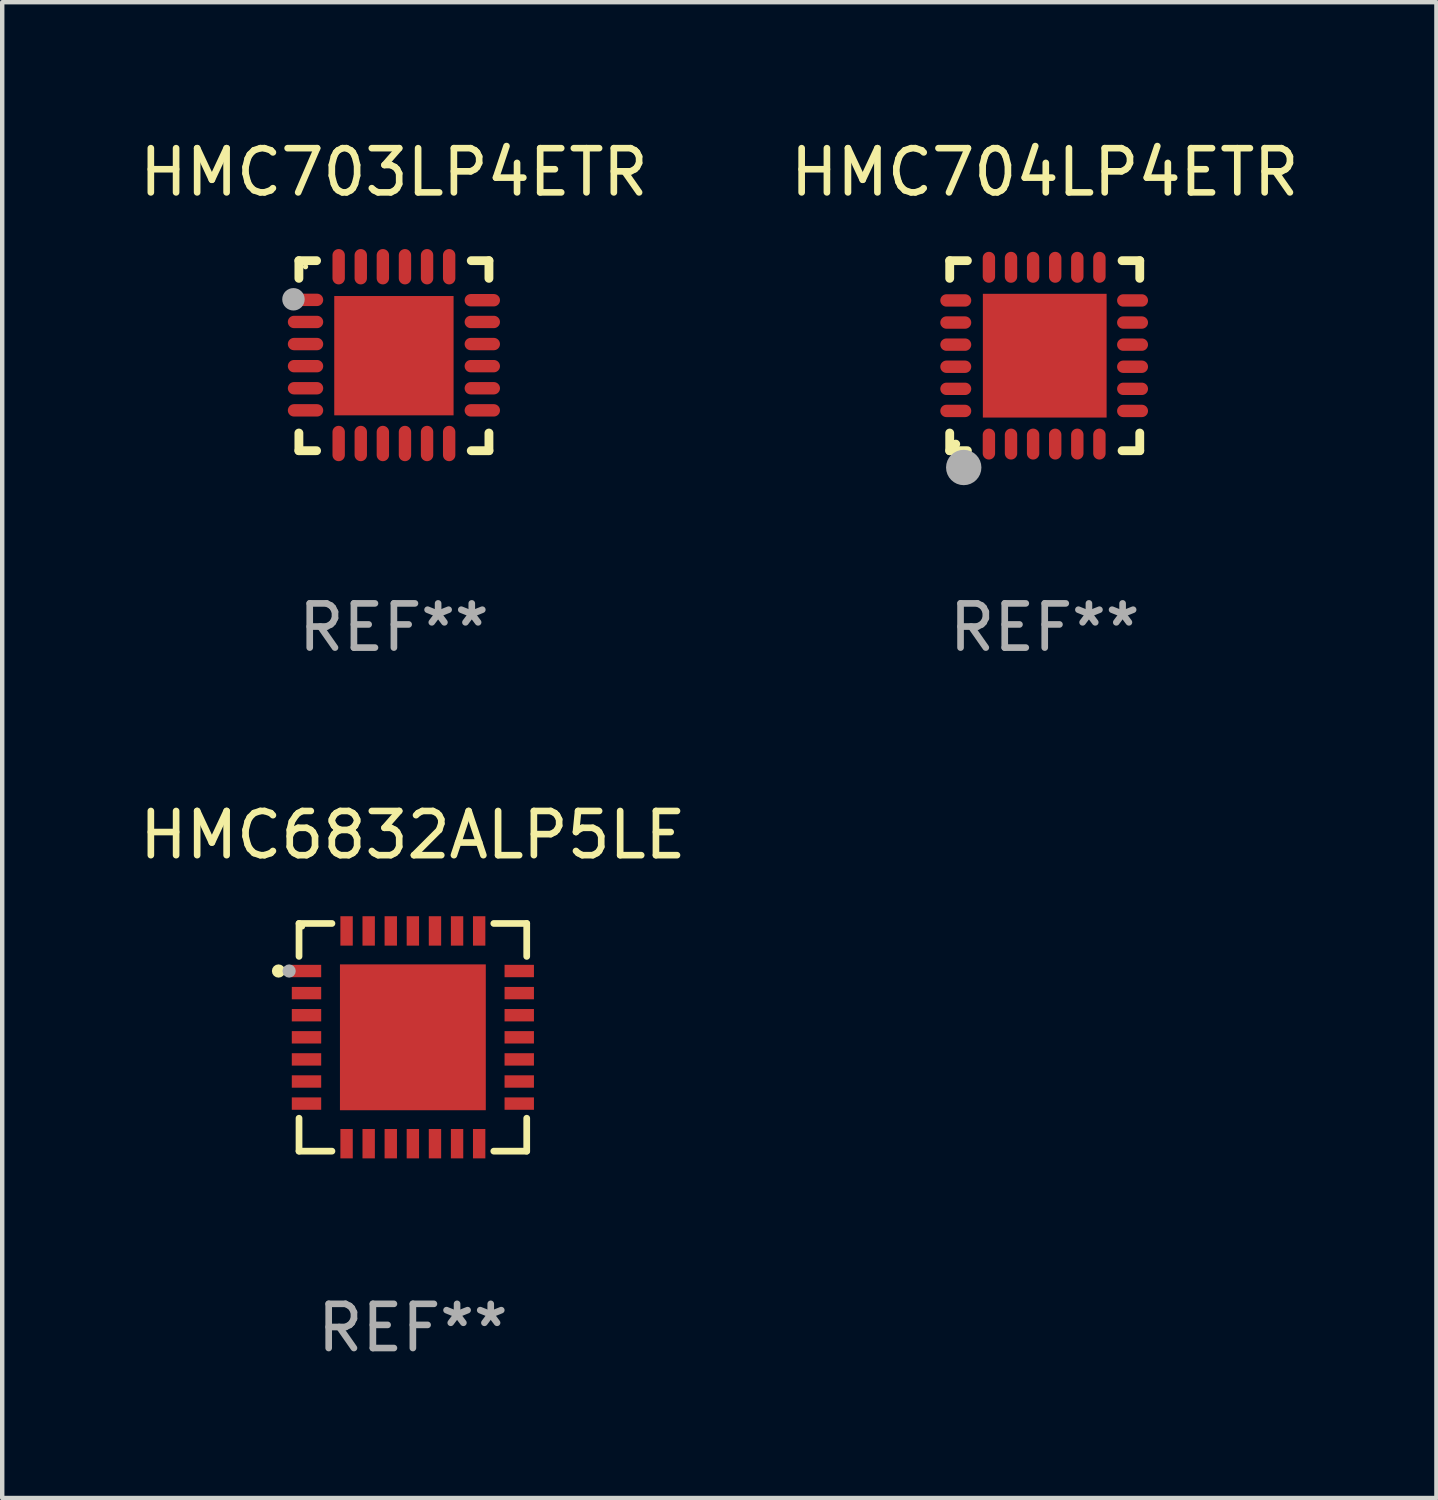
<source format=kicad_pcb>
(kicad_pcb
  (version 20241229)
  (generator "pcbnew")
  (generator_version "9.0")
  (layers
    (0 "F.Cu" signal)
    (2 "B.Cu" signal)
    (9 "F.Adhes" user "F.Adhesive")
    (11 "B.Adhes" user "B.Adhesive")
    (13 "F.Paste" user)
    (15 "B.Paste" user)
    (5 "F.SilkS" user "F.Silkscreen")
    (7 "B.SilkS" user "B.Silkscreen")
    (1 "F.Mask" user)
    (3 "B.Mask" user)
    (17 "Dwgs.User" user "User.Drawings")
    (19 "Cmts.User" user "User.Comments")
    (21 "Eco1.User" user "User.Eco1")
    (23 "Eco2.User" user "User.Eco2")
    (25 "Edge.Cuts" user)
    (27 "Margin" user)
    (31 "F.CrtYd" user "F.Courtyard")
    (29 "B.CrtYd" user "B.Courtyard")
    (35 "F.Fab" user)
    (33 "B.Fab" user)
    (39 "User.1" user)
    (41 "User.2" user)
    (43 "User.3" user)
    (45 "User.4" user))
  (footprint "HMC703LP4ETR"
    (layer "F.Cu")
    (at 5.863 4.998)
    (property "Reference" "HMC703LP4ETR" (at 0 -4.15 0) (layer "F.SilkS") (effects (font (size 1 1) (thickness 0.15))))
    (attr through_hole)
    (fp_line (start -2.15 -2.15) (end -1.75 -2.15) (stroke (width 0.2) (type solid)) (layer "F.SilkS"))
    (fp_line (start -2.15 -1.75) (end -2.15 -2.15) (stroke (width 0.2) (type solid)) (layer "F.SilkS"))
    (fp_line (start -2.15 2.15) (end -2.15 1.75) (stroke (width 0.2) (type solid)) (layer "F.SilkS"))
    (fp_line (start -1.75 2.15) (end -2.15 2.15) (stroke (width 0.2) (type solid)) (layer "F.SilkS"))
    (fp_line (start 1.75 -2.15) (end 2.15 -2.15) (stroke (width 0.2) (type solid)) (layer "F.SilkS"))
    (fp_line (start 1.75 2.15) (end 2.15 2.15) (stroke (width 0.2) (type solid)) (layer "F.SilkS"))
    (fp_line (start 2.15 -2.15) (end 2.15 -1.75) (stroke (width 0.2) (type solid)) (layer "F.SilkS"))
    (fp_line (start 2.15 2.15) (end 2.15 1.75) (stroke (width 0.2) (type solid)) (layer "F.SilkS"))
    (fp_circle (center -2 -2.013) (end -1.97 -2.013) (stroke (width 0.06) (type solid)) (fill no) (layer "F.SilkS"))
    (fp_circle (center -2.273 -1.276) (end -2.146 -1.276) (stroke (width 0.254) (type solid)) (fill no) (layer "F.Fab"))
    (fp_text user "REF**" (at 0 6.15 0) (layer "F.Fab") (effects (font (size 1 1) (thickness 0.15))))
    (pad "1" smd oval (at -2 -1.263 90) (size 0.28 0.8) (layers "F.Cu" "F.Mask" "F.Paste"))
    (pad "2" smd oval (at -2 -0.763 90) (size 0.28 0.8) (layers "F.Cu" "F.Mask" "F.Paste"))
    (pad "3" smd oval (at -2 -0.263 90) (size 0.28 0.8) (layers "F.Cu" "F.Mask" "F.Paste"))
    (pad "4" smd oval (at -2 0.237 90) (size 0.28 0.8) (layers "F.Cu" "F.Mask" "F.Paste"))
    (pad "5" smd oval (at -2 0.737 90) (size 0.28 0.8) (layers "F.Cu" "F.Mask" "F.Paste"))
    (pad "6" smd oval (at -2 1.237 90) (size 0.28 0.8) (layers "F.Cu" "F.Mask" "F.Paste"))
    (pad "7" smd oval (at -1.25 1.987) (size 0.28 0.8) (layers "F.Cu" "F.Mask" "F.Paste"))
    (pad "8" smd oval (at -0.75 1.987) (size 0.28 0.8) (layers "F.Cu" "F.Mask" "F.Paste"))
    (pad "9" smd oval (at -0.25 1.987) (size 0.28 0.8) (layers "F.Cu" "F.Mask" "F.Paste"))
    (pad "10" smd oval (at 0.25 1.987) (size 0.28 0.8) (layers "F.Cu" "F.Mask" "F.Paste"))
    (pad "11" smd oval (at 0.75 1.987) (size 0.28 0.8) (layers "F.Cu" "F.Mask" "F.Paste"))
    (pad "12" smd oval (at 1.25 1.987) (size 0.28 0.8) (layers "F.Cu" "F.Mask" "F.Paste"))
    (pad "13" smd oval (at 2 1.237 90) (size 0.28 0.8) (layers "F.Cu" "F.Mask" "F.Paste"))
    (pad "14" smd oval (at 2 0.737 90) (size 0.28 0.8) (layers "F.Cu" "F.Mask" "F.Paste"))
    (pad "15" smd oval (at 2 0.237 90) (size 0.28 0.8) (layers "F.Cu" "F.Mask" "F.Paste"))
    (pad "16" smd oval (at 2 -0.263 90) (size 0.28 0.8) (layers "F.Cu" "F.Mask" "F.Paste"))
    (pad "17" smd oval (at 2 -0.763 90) (size 0.28 0.8) (layers "F.Cu" "F.Mask" "F.Paste"))
    (pad "18" smd oval (at 2 -1.255 90) (size 0.28 0.8) (layers "F.Cu" "F.Mask" "F.Paste"))
    (pad "19" smd oval (at 1.25 -2.013) (size 0.28 0.8) (layers "F.Cu" "F.Mask" "F.Paste"))
    (pad "20" smd oval (at 0.75 -2.013) (size 0.28 0.8) (layers "F.Cu" "F.Mask" "F.Paste"))
    (pad "21" smd oval (at 0.25 -2.013) (size 0.28 0.8) (layers "F.Cu" "F.Mask" "F.Paste"))
    (pad "22" smd oval (at -0.25 -2.013) (size 0.28 0.8) (layers "F.Cu" "F.Mask" "F.Paste"))
    (pad "23" smd oval (at -0.75 -2.013) (size 0.28 0.8) (layers "F.Cu" "F.Mask" "F.Paste"))
    (pad "24" smd oval (at -1.25 -2.013) (size 0.28 0.8) (layers "F.Cu" "F.Mask" "F.Paste"))
    (pad "25" smd rect (at -0.000127 -0.00014) (size 2.7 2.7) (layers "F.Cu" "F.Mask" "F.Paste")))
  (footprint "HMC704LP4ETR"
    (layer "F.Cu")
    (at 20.589 4.998)
    (property "Reference" "HMC704LP4ETR" (at 0 -4.15 0) (layer "F.SilkS") (effects (font (size 1 1) (thickness 0.15))))
    (attr through_hole)
    (fp_line (start -2.15 -2.15) (end -1.75 -2.15) (stroke (width 0.2) (type solid)) (layer "F.SilkS"))
    (fp_line (start -2.15 -1.75) (end -2.15 -2.15) (stroke (width 0.2) (type solid)) (layer "F.SilkS"))
    (fp_line (start -2.15 2.15) (end -2.15 1.75) (stroke (width 0.2) (type solid)) (layer "F.SilkS"))
    (fp_line (start -1.75 2.15) (end -2.15 2.15) (stroke (width 0.2) (type solid)) (layer "F.SilkS"))
    (fp_line (start 2.15 -2.15) (end 1.75 -2.15) (stroke (width 0.2) (type solid)) (layer "F.SilkS"))
    (fp_line (start 2.15 -1.75) (end 2.15 -2.15) (stroke (width 0.2) (type solid)) (layer "F.SilkS"))
    (fp_line (start 2.15 1.75) (end 2.15 2.15) (stroke (width 0.2) (type solid)) (layer "F.SilkS"))
    (fp_line (start 2.15 2.15) (end 1.75 2.15) (stroke (width 0.2) (type solid)) (layer "F.SilkS"))
    (fp_circle (center -2.013 2) (end -1.963 2) (stroke (width 0.1) (type solid)) (fill no) (layer "F.SilkS"))
    (fp_circle (center -1.833 2.53) (end -1.633 2.53) (stroke (width 0.4) (type solid)) (fill no) (layer "F.Fab"))
    (fp_text user "REF**" (at 0 6.15 0) (layer "F.Fab") (effects (font (size 1 1) (thickness 0.15))))
    (pad "1" smd oval (at -1.263 2 180) (size 0.28 0.7) (layers "F.Cu" "F.Mask" "F.Paste"))
    (pad "2" smd oval (at -0.763 2 180) (size 0.28 0.7) (layers "F.Cu" "F.Mask" "F.Paste"))
    (pad "3" smd oval (at -0.263 2 180) (size 0.28 0.7) (layers "F.Cu" "F.Mask" "F.Paste"))
    (pad "4" smd oval (at 0.237 2 180) (size 0.28 0.7) (layers "F.Cu" "F.Mask" "F.Paste"))
    (pad "5" smd oval (at 0.737 2 180) (size 0.28 0.7) (layers "F.Cu" "F.Mask" "F.Paste"))
    (pad "6" smd oval (at 1.237 2 180) (size 0.28 0.7) (layers "F.Cu" "F.Mask" "F.Paste"))
    (pad "7" smd oval (at 1.987 1.25 90) (size 0.28 0.7) (layers "F.Cu" "F.Mask" "F.Paste"))
    (pad "8" smd oval (at 1.987 0.75 90) (size 0.28 0.7) (layers "F.Cu" "F.Mask" "F.Paste"))
    (pad "9" smd oval (at 1.987 0.25 90) (size 0.28 0.7) (layers "F.Cu" "F.Mask" "F.Paste"))
    (pad "10" smd oval (at 1.987 -0.25 90) (size 0.28 0.7) (layers "F.Cu" "F.Mask" "F.Paste"))
    (pad "11" smd oval (at 1.987 -0.75 90) (size 0.28 0.7) (layers "F.Cu" "F.Mask" "F.Paste"))
    (pad "12" smd oval (at 1.987 -1.25 90) (size 0.28 0.7) (layers "F.Cu" "F.Mask" "F.Paste"))
    (pad "13" smd oval (at 1.237 -2 180) (size 0.28 0.7) (layers "F.Cu" "F.Mask" "F.Paste"))
    (pad "14" smd oval (at 0.737 -2 180) (size 0.28 0.7) (layers "F.Cu" "F.Mask" "F.Paste"))
    (pad "15" smd oval (at 0.237 -2 180) (size 0.28 0.7) (layers "F.Cu" "F.Mask" "F.Paste"))
    (pad "16" smd oval (at -0.263 -2 180) (size 0.28 0.7) (layers "F.Cu" "F.Mask" "F.Paste"))
    (pad "17" smd oval (at -0.763 -2 180) (size 0.28 0.7) (layers "F.Cu" "F.Mask" "F.Paste"))
    (pad "18" smd oval (at -1.263 -2 180) (size 0.28 0.7) (layers "F.Cu" "F.Mask" "F.Paste"))
    (pad "19" smd oval (at -2.013 -1.25 90) (size 0.28 0.7) (layers "F.Cu" "F.Mask" "F.Paste"))
    (pad "20" smd oval (at -2.013 -0.75 90) (size 0.28 0.7) (layers "F.Cu" "F.Mask" "F.Paste"))
    (pad "21" smd oval (at -2.013 -0.25 90) (size 0.28 0.7) (layers "F.Cu" "F.Mask" "F.Paste"))
    (pad "22" smd oval (at -2.013 0.25 90) (size 0.28 0.7) (layers "F.Cu" "F.Mask" "F.Paste"))
    (pad "23" smd oval (at -2.013 0.75 90) (size 0.28 0.7) (layers "F.Cu" "F.Mask" "F.Paste"))
    (pad "24" smd oval (at -2.013 1.25 90) (size 0.28 0.7) (layers "F.Cu" "F.Mask" "F.Paste"))
    (pad "25" smd rect (at -0.000013 0 90) (size 2.8 2.8) (layers "F.Cu" "F.Mask" "F.Paste")))
  (footprint "HMC6832ALP5LE"
    (layer "F.Cu")
    (at 6.292 20.421)
    (property "Reference" "HMC6832ALP5LE" (at 0 -4.576 0) (layer "F.SilkS") (effects (font (size 1 1) (thickness 0.15))))
    (attr through_hole)
    (fp_line (start -2.576 -2.576) (end -2.576 -1.831) (stroke (width 0.152) (type solid)) (layer "F.SilkS"))
    (fp_line (start -2.576 2.576) (end -2.576 1.831) (stroke (width 0.152) (type solid)) (layer "F.SilkS"))
    (fp_line (start -1.831 -2.576) (end -2.576 -2.576) (stroke (width 0.152) (type solid)) (layer "F.SilkS"))
    (fp_line (start -1.831 2.576) (end -2.576 2.576) (stroke (width 0.152) (type solid)) (layer "F.SilkS"))
    (fp_line (start 1.831 -2.576) (end 2.576 -2.576) (stroke (width 0.152) (type solid)) (layer "F.SilkS"))
    (fp_line (start 1.831 2.576) (end 2.576 2.576) (stroke (width 0.152) (type solid)) (layer "F.SilkS"))
    (fp_line (start 2.576 -2.576) (end 2.576 -1.831) (stroke (width 0.152) (type solid)) (layer "F.SilkS"))
    (fp_line (start 2.576 2.576) (end 2.576 1.831) (stroke (width 0.152) (type solid)) (layer "F.SilkS"))
    (fp_circle (center -3.04 -1.5) (end -2.965 -1.5) (stroke (width 0.15) (type solid)) (fill no) (layer "F.SilkS"))
    (fp_circle (center -2.5 -2.5) (end -2.47 -2.5) (stroke (width 0.06) (type solid)) (fill no) (layer "F.SilkS"))
    (fp_circle (center -2.8 -1.5) (end -2.725 -1.5) (stroke (width 0.15) (type solid)) (fill no) (layer "F.Fab"))
    (fp_text user "REF**" (at 0 6.576 0) (layer "F.Fab") (effects (font (size 1 1) (thickness 0.15))))
    (pad "1" smd rect (at -2.407 -1.5) (size 0.665 0.28) (layers "F.Cu" "F.Mask" "F.Paste"))
    (pad "2" smd rect (at -2.407 -1) (size 0.665 0.28) (layers "F.Cu" "F.Mask" "F.Paste"))
    (pad "3" smd rect (at -2.407 -0.5) (size 0.665 0.28) (layers "F.Cu" "F.Mask" "F.Paste"))
    (pad "4" smd rect (at -2.407 0) (size 0.665 0.28) (layers "F.Cu" "F.Mask" "F.Paste"))
    (pad "5" smd rect (at -2.407 0.5) (size 0.665 0.28) (layers "F.Cu" "F.Mask" "F.Paste"))
    (pad "6" smd rect (at -2.407 1) (size 0.665 0.28) (layers "F.Cu" "F.Mask" "F.Paste"))
    (pad "7" smd rect (at -2.407 1.5) (size 0.665 0.28) (layers "F.Cu" "F.Mask" "F.Paste"))
    (pad "8" smd rect (at -1.5 2.407) (size 0.28 0.665) (layers "F.Cu" "F.Mask" "F.Paste"))
    (pad "9" smd rect (at -1 2.407) (size 0.28 0.665) (layers "F.Cu" "F.Mask" "F.Paste"))
    (pad "10" smd rect (at -0.5 2.407) (size 0.28 0.665) (layers "F.Cu" "F.Mask" "F.Paste"))
    (pad "11" smd rect (at 0 2.407) (size 0.28 0.665) (layers "F.Cu" "F.Mask" "F.Paste"))
    (pad "12" smd rect (at 0.5 2.407) (size 0.28 0.665) (layers "F.Cu" "F.Mask" "F.Paste"))
    (pad "13" smd rect (at 1 2.407) (size 0.28 0.665) (layers "F.Cu" "F.Mask" "F.Paste"))
    (pad "14" smd rect (at 1.5 2.407) (size 0.28 0.665) (layers "F.Cu" "F.Mask" "F.Paste"))
    (pad "15" smd rect (at 2.407 1.5) (size 0.665 0.28) (layers "F.Cu" "F.Mask" "F.Paste"))
    (pad "16" smd rect (at 2.407 1) (size 0.665 0.28) (layers "F.Cu" "F.Mask" "F.Paste"))
    (pad "17" smd rect (at 2.407 0.5) (size 0.665 0.28) (layers "F.Cu" "F.Mask" "F.Paste"))
    (pad "18" smd rect (at 2.407 0) (size 0.665 0.28) (layers "F.Cu" "F.Mask" "F.Paste"))
    (pad "19" smd rect (at 2.407 -0.5) (size 0.665 0.28) (layers "F.Cu" "F.Mask" "F.Paste"))
    (pad "20" smd rect (at 2.407 -1) (size 0.665 0.28) (layers "F.Cu" "F.Mask" "F.Paste"))
    (pad "21" smd rect (at 2.407 -1.5) (size 0.665 0.28) (layers "F.Cu" "F.Mask" "F.Paste"))
    (pad "22" smd rect (at 1.5 -2.407) (size 0.28 0.665) (layers "F.Cu" "F.Mask" "F.Paste"))
    (pad "23" smd rect (at 1 -2.407) (size 0.28 0.665) (layers "F.Cu" "F.Mask" "F.Paste"))
    (pad "24" smd rect (at 0.5 -2.407) (size 0.28 0.665) (layers "F.Cu" "F.Mask" "F.Paste"))
    (pad "25" smd rect (at 0 -2.407) (size 0.28 0.665) (layers "F.Cu" "F.Mask" "F.Paste"))
    (pad "26" smd rect (at -0.5 -2.407) (size 0.28 0.665) (layers "F.Cu" "F.Mask" "F.Paste"))
    (pad "27" smd rect (at -1 -2.407) (size 0.28 0.665) (layers "F.Cu" "F.Mask" "F.Paste"))
    (pad "28" smd rect (at -1.5 -2.407) (size 0.28 0.665) (layers "F.Cu" "F.Mask" "F.Paste"))
    (pad "29" smd rect (at 0 0) (size 3.3 3.3) (layers "F.Cu" "F.Mask" "F.Paste")))
  (gr_rect
    (start -3 -3)
    (end 29.452 30.846)
    (stroke (width 0.1) (type default))
    (fill no)
    (layer "Edge.Cuts")))
</source>
